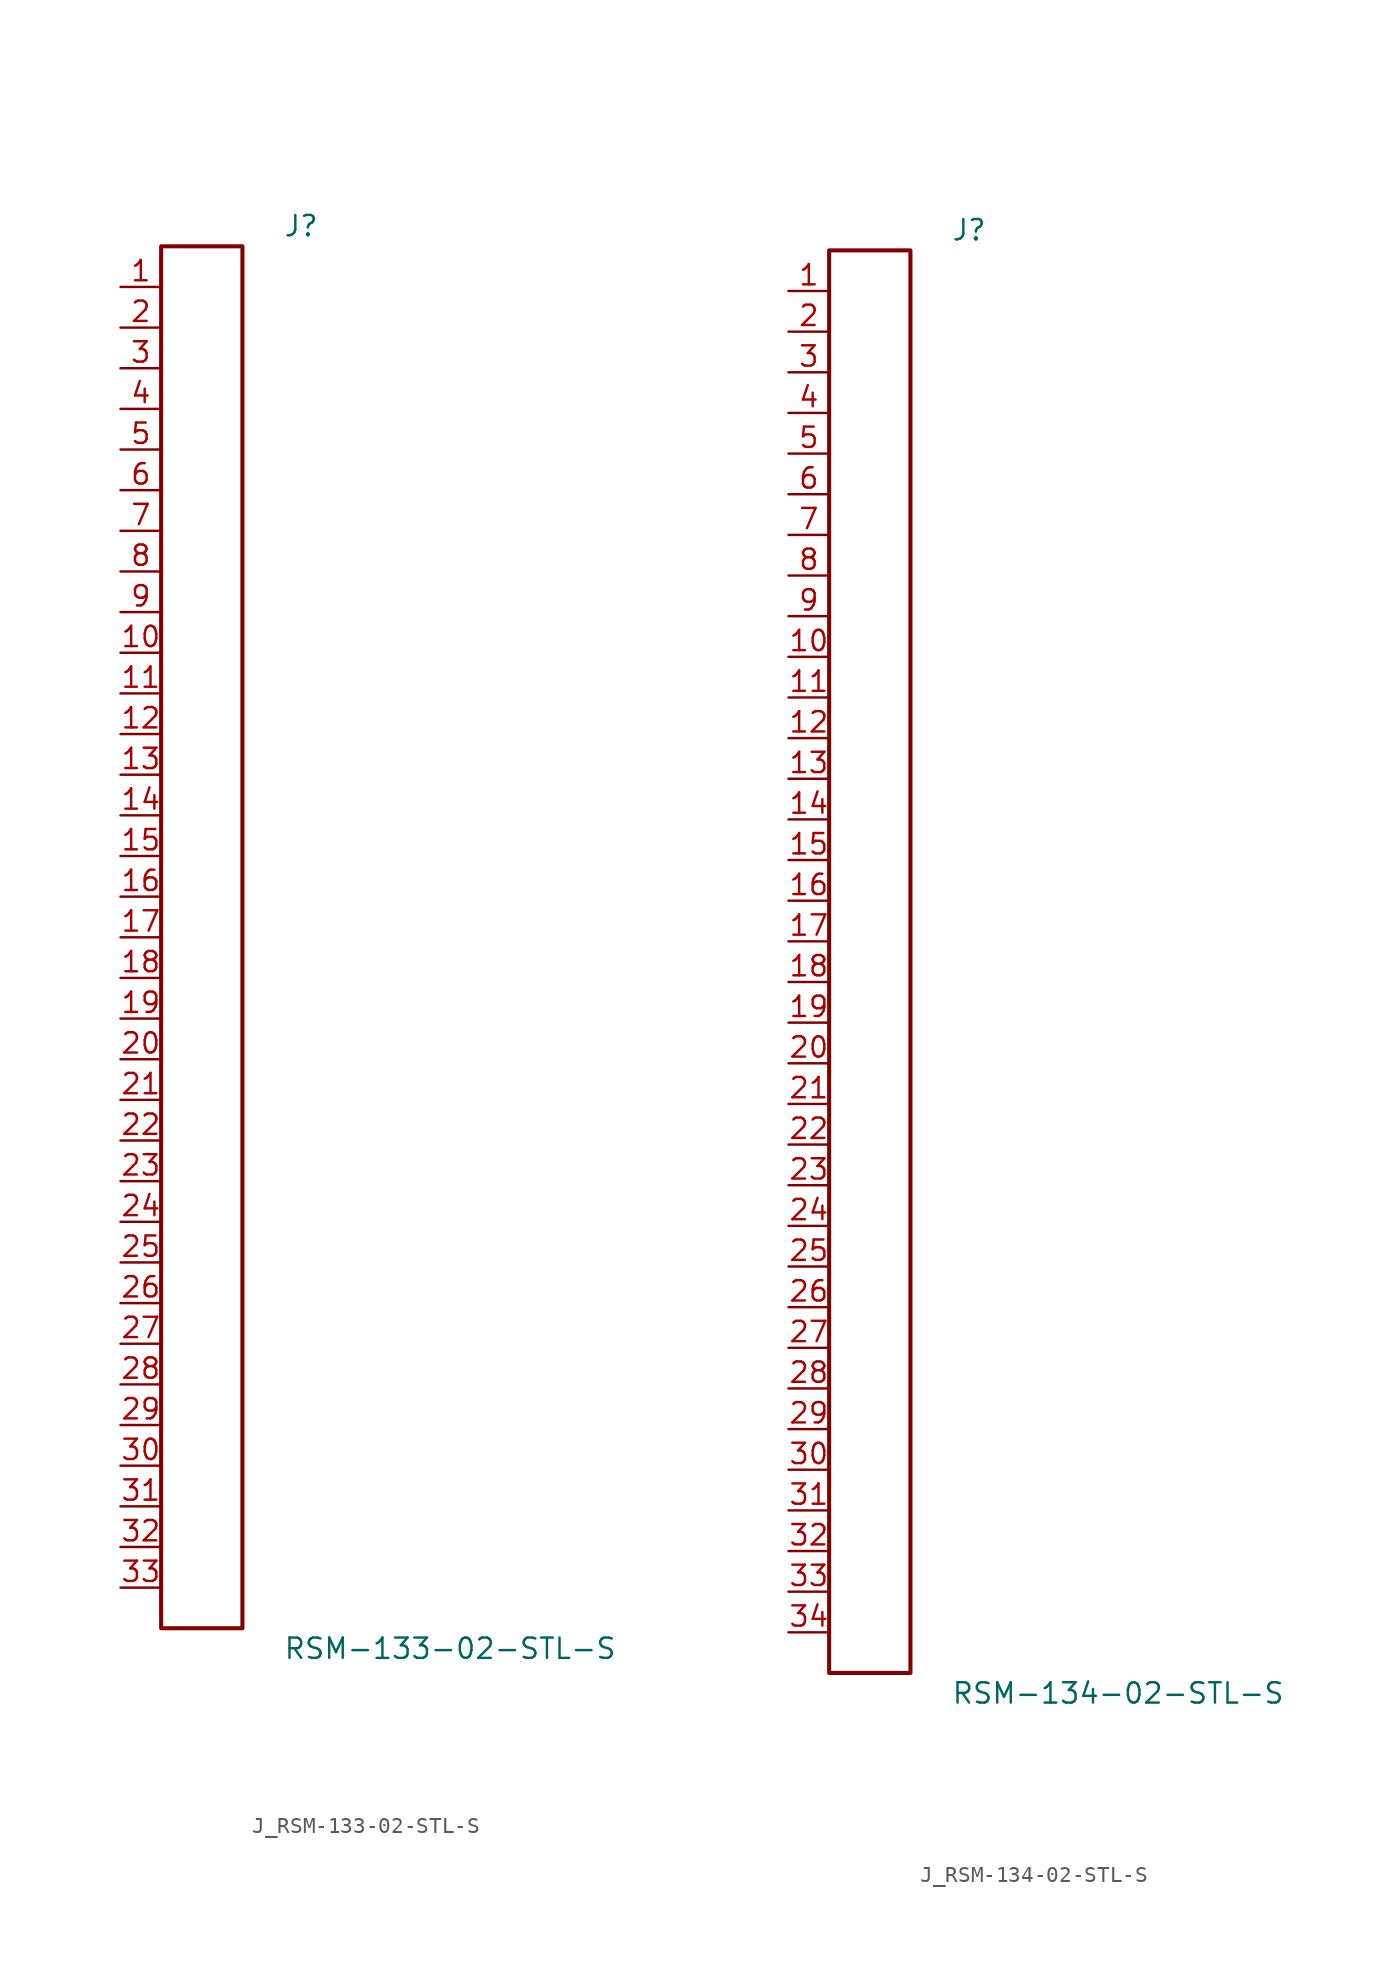
<source format=kicad_sym>
(kicad_symbol_lib
  (version 20231120)
  (generator kicad_symbol_editor)
  (generator_version 8.0)
  (symbol "J_RSM-133-02-STL-S"
    (pin_names
      (offset 0.254))
    (property "Reference" "J"
      (at 5.08 44.45 0)
      (effects (font (size 1.27 1.27)) (justify left)))
    (property "Value" "RSM-133-02-STL-S"
      (at 5.08 -44.45 0)
      (effects (font (size 1.27 1.27)) (justify left)))
    (symbol "J_RSM-133-02-STL-S_0_0"
      (pin passive line (at -5.08 40.64 0) (length 2.54) (name "" (effects (font (size 1.27 1.27)))) (number "1" (effects (font (size 1.27 1.27)))))
      (pin passive line (at -5.08 38.1 0) (length 2.54) (name "" (effects (font (size 1.27 1.27)))) (number "2" (effects (font (size 1.27 1.27)))))
      (pin passive line (at -5.08 35.56 0) (length 2.54) (name "" (effects (font (size 1.27 1.27)))) (number "3" (effects (font (size 1.27 1.27)))))
      (pin passive line (at -5.08 33.02 0) (length 2.54) (name "" (effects (font (size 1.27 1.27)))) (number "4" (effects (font (size 1.27 1.27)))))
      (pin passive line (at -5.08 30.48 0) (length 2.54) (name "" (effects (font (size 1.27 1.27)))) (number "5" (effects (font (size 1.27 1.27)))))
      (pin passive line (at -5.08 27.94 0) (length 2.54) (name "" (effects (font (size 1.27 1.27)))) (number "6" (effects (font (size 1.27 1.27)))))
      (pin passive line (at -5.08 25.4 0) (length 2.54) (name "" (effects (font (size 1.27 1.27)))) (number "7" (effects (font (size 1.27 1.27)))))
      (pin passive line (at -5.08 22.86 0) (length 2.54) (name "" (effects (font (size 1.27 1.27)))) (number "8" (effects (font (size 1.27 1.27)))))
      (pin passive line (at -5.08 20.32 0) (length 2.54) (name "" (effects (font (size 1.27 1.27)))) (number "9" (effects (font (size 1.27 1.27)))))
      (pin passive line (at -5.08 17.78 0) (length 2.54) (name "" (effects (font (size 1.27 1.27)))) (number "10" (effects (font (size 1.27 1.27)))))
      (pin passive line (at -5.08 15.24 0) (length 2.54) (name "" (effects (font (size 1.27 1.27)))) (number "11" (effects (font (size 1.27 1.27)))))
      (pin passive line (at -5.08 12.7 0) (length 2.54) (name "" (effects (font (size 1.27 1.27)))) (number "12" (effects (font (size 1.27 1.27)))))
      (pin passive line (at -5.08 10.16 0) (length 2.54) (name "" (effects (font (size 1.27 1.27)))) (number "13" (effects (font (size 1.27 1.27)))))
      (pin passive line (at -5.08 7.62 0) (length 2.54) (name "" (effects (font (size 1.27 1.27)))) (number "14" (effects (font (size 1.27 1.27)))))
      (pin passive line (at -5.08 5.08 0) (length 2.54) (name "" (effects (font (size 1.27 1.27)))) (number "15" (effects (font (size 1.27 1.27)))))
      (pin passive line (at -5.08 2.54 0) (length 2.54) (name "" (effects (font (size 1.27 1.27)))) (number "16" (effects (font (size 1.27 1.27)))))
      (pin passive line (at -5.08 0.0 0) (length 2.54) (name "" (effects (font (size 1.27 1.27)))) (number "17" (effects (font (size 1.27 1.27)))))
      (pin passive line (at -5.08 -2.54 0) (length 2.54) (name "" (effects (font (size 1.27 1.27)))) (number "18" (effects (font (size 1.27 1.27)))))
      (pin passive line (at -5.08 -5.08 0) (length 2.54) (name "" (effects (font (size 1.27 1.27)))) (number "19" (effects (font (size 1.27 1.27)))))
      (pin passive line (at -5.08 -7.62 0) (length 2.54) (name "" (effects (font (size 1.27 1.27)))) (number "20" (effects (font (size 1.27 1.27)))))
      (pin passive line (at -5.08 -10.16 0) (length 2.54) (name "" (effects (font (size 1.27 1.27)))) (number "21" (effects (font (size 1.27 1.27)))))
      (pin passive line (at -5.08 -12.7 0) (length 2.54) (name "" (effects (font (size 1.27 1.27)))) (number "22" (effects (font (size 1.27 1.27)))))
      (pin passive line (at -5.08 -15.24 0) (length 2.54) (name "" (effects (font (size 1.27 1.27)))) (number "23" (effects (font (size 1.27 1.27)))))
      (pin passive line (at -5.08 -17.78 0) (length 2.54) (name "" (effects (font (size 1.27 1.27)))) (number "24" (effects (font (size 1.27 1.27)))))
      (pin passive line (at -5.08 -20.32 0) (length 2.54) (name "" (effects (font (size 1.27 1.27)))) (number "25" (effects (font (size 1.27 1.27)))))
      (pin passive line (at -5.08 -22.86 0) (length 2.54) (name "" (effects (font (size 1.27 1.27)))) (number "26" (effects (font (size 1.27 1.27)))))
      (pin passive line (at -5.08 -25.4 0) (length 2.54) (name "" (effects (font (size 1.27 1.27)))) (number "27" (effects (font (size 1.27 1.27)))))
      (pin passive line (at -5.08 -27.94 0) (length 2.54) (name "" (effects (font (size 1.27 1.27)))) (number "28" (effects (font (size 1.27 1.27)))))
      (pin passive line (at -5.08 -30.48 0) (length 2.54) (name "" (effects (font (size 1.27 1.27)))) (number "29" (effects (font (size 1.27 1.27)))))
      (pin passive line (at -5.08 -33.02 0) (length 2.54) (name "" (effects (font (size 1.27 1.27)))) (number "30" (effects (font (size 1.27 1.27)))))
      (pin passive line (at -5.08 -35.56 0) (length 2.54) (name "" (effects (font (size 1.27 1.27)))) (number "31" (effects (font (size 1.27 1.27)))))
      (pin passive line (at -5.08 -38.1 0) (length 2.54) (name "" (effects (font (size 1.27 1.27)))) (number "32" (effects (font (size 1.27 1.27)))))
      (pin passive line (at -5.08 -40.64 0) (length 2.54) (name "" (effects (font (size 1.27 1.27)))) (number "33" (effects (font (size 1.27 1.27))))))
    (symbol "J_RSM-133-02-STL-S_1_0"
      (rectangle (start -2.54 43.18) (end 2.54 -43.18) (stroke (width 0.254) (type solid)) (fill (type none)))))
  (symbol "J_RSM-134-02-STL-S"
    (pin_names
      (offset 0.254))
    (property "Reference" "J"
      (at 5.08 45.72 0)
      (effects (font (size 1.27 1.27)) (justify left)))
    (property "Value" "RSM-134-02-STL-S"
      (at 5.08 -45.72 0)
      (effects (font (size 1.27 1.27)) (justify left)))
    (symbol "J_RSM-134-02-STL-S_0_0"
      (pin passive line (at -5.08 41.91 0) (length 2.54) (name "" (effects (font (size 1.27 1.27)))) (number "1" (effects (font (size 1.27 1.27)))))
      (pin passive line (at -5.08 39.37 0) (length 2.54) (name "" (effects (font (size 1.27 1.27)))) (number "2" (effects (font (size 1.27 1.27)))))
      (pin passive line (at -5.08 36.83 0) (length 2.54) (name "" (effects (font (size 1.27 1.27)))) (number "3" (effects (font (size 1.27 1.27)))))
      (pin passive line (at -5.08 34.29 0) (length 2.54) (name "" (effects (font (size 1.27 1.27)))) (number "4" (effects (font (size 1.27 1.27)))))
      (pin passive line (at -5.08 31.75 0) (length 2.54) (name "" (effects (font (size 1.27 1.27)))) (number "5" (effects (font (size 1.27 1.27)))))
      (pin passive line (at -5.08 29.21 0) (length 2.54) (name "" (effects (font (size 1.27 1.27)))) (number "6" (effects (font (size 1.27 1.27)))))
      (pin passive line (at -5.08 26.67 0) (length 2.54) (name "" (effects (font (size 1.27 1.27)))) (number "7" (effects (font (size 1.27 1.27)))))
      (pin passive line (at -5.08 24.13 0) (length 2.54) (name "" (effects (font (size 1.27 1.27)))) (number "8" (effects (font (size 1.27 1.27)))))
      (pin passive line (at -5.08 21.59 0) (length 2.54) (name "" (effects (font (size 1.27 1.27)))) (number "9" (effects (font (size 1.27 1.27)))))
      (pin passive line (at -5.08 19.05 0) (length 2.54) (name "" (effects (font (size 1.27 1.27)))) (number "10" (effects (font (size 1.27 1.27)))))
      (pin passive line (at -5.08 16.51 0) (length 2.54) (name "" (effects (font (size 1.27 1.27)))) (number "11" (effects (font (size 1.27 1.27)))))
      (pin passive line (at -5.08 13.97 0) (length 2.54) (name "" (effects (font (size 1.27 1.27)))) (number "12" (effects (font (size 1.27 1.27)))))
      (pin passive line (at -5.08 11.43 0) (length 2.54) (name "" (effects (font (size 1.27 1.27)))) (number "13" (effects (font (size 1.27 1.27)))))
      (pin passive line (at -5.08 8.89 0) (length 2.54) (name "" (effects (font (size 1.27 1.27)))) (number "14" (effects (font (size 1.27 1.27)))))
      (pin passive line (at -5.08 6.35 0) (length 2.54) (name "" (effects (font (size 1.27 1.27)))) (number "15" (effects (font (size 1.27 1.27)))))
      (pin passive line (at -5.08 3.81 0) (length 2.54) (name "" (effects (font (size 1.27 1.27)))) (number "16" (effects (font (size 1.27 1.27)))))
      (pin passive line (at -5.08 1.27 0) (length 2.54) (name "" (effects (font (size 1.27 1.27)))) (number "17" (effects (font (size 1.27 1.27)))))
      (pin passive line (at -5.08 -1.27 0) (length 2.54) (name "" (effects (font (size 1.27 1.27)))) (number "18" (effects (font (size 1.27 1.27)))))
      (pin passive line (at -5.08 -3.81 0) (length 2.54) (name "" (effects (font (size 1.27 1.27)))) (number "19" (effects (font (size 1.27 1.27)))))
      (pin passive line (at -5.08 -6.35 0) (length 2.54) (name "" (effects (font (size 1.27 1.27)))) (number "20" (effects (font (size 1.27 1.27)))))
      (pin passive line (at -5.08 -8.89 0) (length 2.54) (name "" (effects (font (size 1.27 1.27)))) (number "21" (effects (font (size 1.27 1.27)))))
      (pin passive line (at -5.08 -11.43 0) (length 2.54) (name "" (effects (font (size 1.27 1.27)))) (number "22" (effects (font (size 1.27 1.27)))))
      (pin passive line (at -5.08 -13.97 0) (length 2.54) (name "" (effects (font (size 1.27 1.27)))) (number "23" (effects (font (size 1.27 1.27)))))
      (pin passive line (at -5.08 -16.51 0) (length 2.54) (name "" (effects (font (size 1.27 1.27)))) (number "24" (effects (font (size 1.27 1.27)))))
      (pin passive line (at -5.08 -19.05 0) (length 2.54) (name "" (effects (font (size 1.27 1.27)))) (number "25" (effects (font (size 1.27 1.27)))))
      (pin passive line (at -5.08 -21.59 0) (length 2.54) (name "" (effects (font (size 1.27 1.27)))) (number "26" (effects (font (size 1.27 1.27)))))
      (pin passive line (at -5.08 -24.13 0) (length 2.54) (name "" (effects (font (size 1.27 1.27)))) (number "27" (effects (font (size 1.27 1.27)))))
      (pin passive line (at -5.08 -26.67 0) (length 2.54) (name "" (effects (font (size 1.27 1.27)))) (number "28" (effects (font (size 1.27 1.27)))))
      (pin passive line (at -5.08 -29.21 0) (length 2.54) (name "" (effects (font (size 1.27 1.27)))) (number "29" (effects (font (size 1.27 1.27)))))
      (pin passive line (at -5.08 -31.75 0) (length 2.54) (name "" (effects (font (size 1.27 1.27)))) (number "30" (effects (font (size 1.27 1.27)))))
      (pin passive line (at -5.08 -34.29 0) (length 2.54) (name "" (effects (font (size 1.27 1.27)))) (number "31" (effects (font (size 1.27 1.27)))))
      (pin passive line (at -5.08 -36.83 0) (length 2.54) (name "" (effects (font (size 1.27 1.27)))) (number "32" (effects (font (size 1.27 1.27)))))
      (pin passive line (at -5.08 -39.37 0) (length 2.54) (name "" (effects (font (size 1.27 1.27)))) (number "33" (effects (font (size 1.27 1.27)))))
      (pin passive line (at -5.08 -41.91 0) (length 2.54) (name "" (effects (font (size 1.27 1.27)))) (number "34" (effects (font (size 1.27 1.27))))))
    (symbol "J_RSM-134-02-STL-S_1_0"
      (rectangle (start -2.54 44.45) (end 2.54 -44.45) (stroke (width 0.254) (type solid)) (fill (type none))))))
</source>
